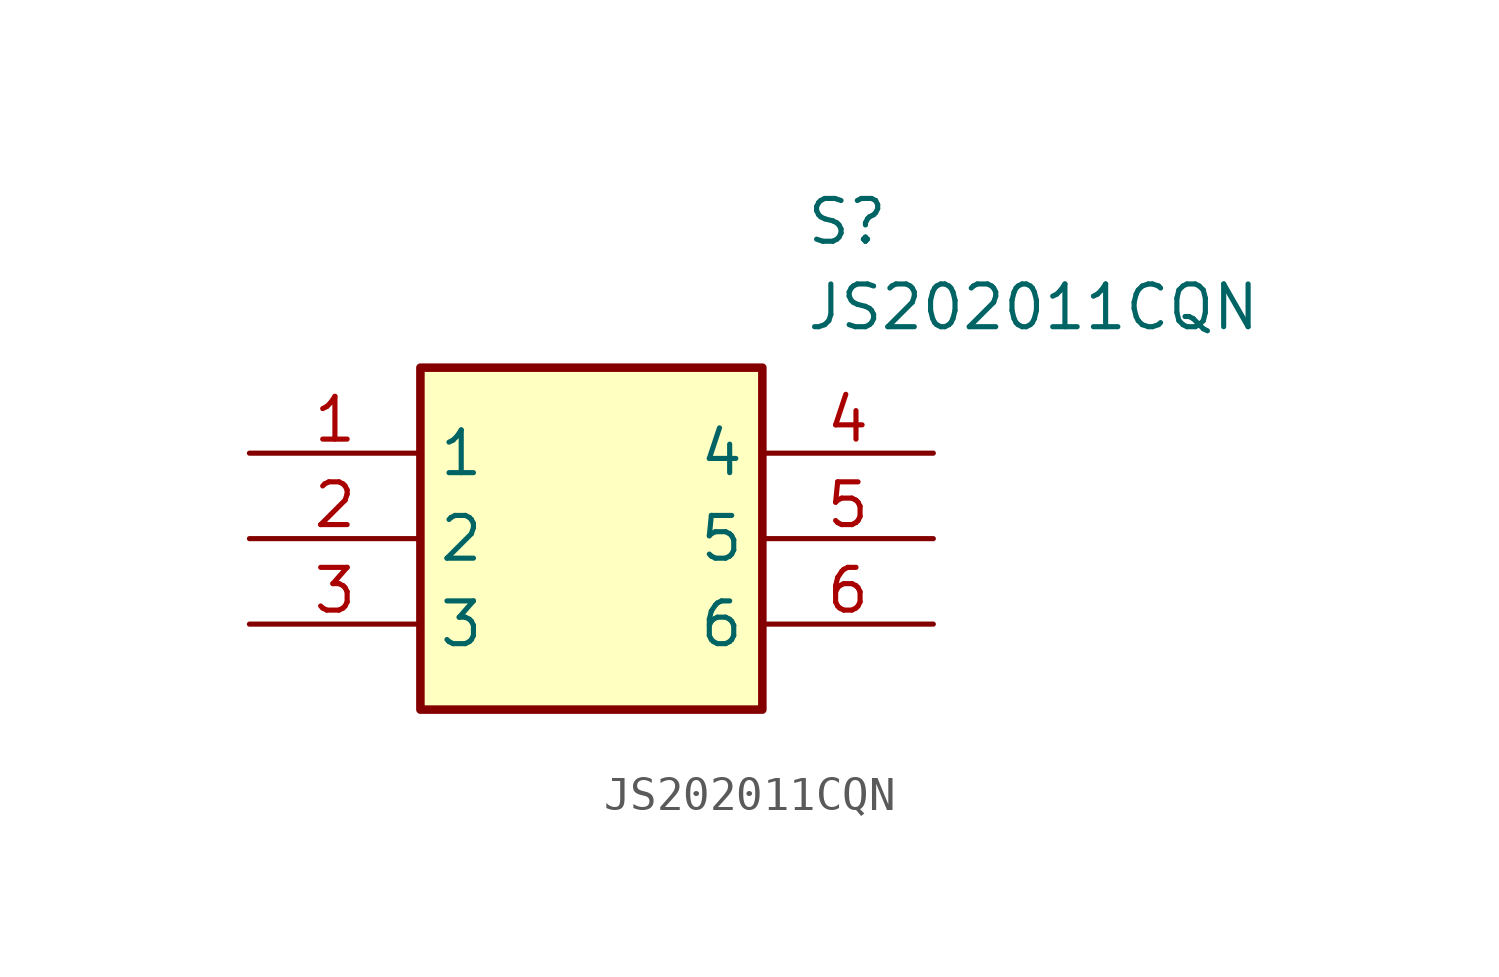
<source format=kicad_sym>
(kicad_symbol_lib
  (version 20211014)
  (generator SamacSys_ECAD_Model)
  (symbol "JS202011CQN"
    (property "Reference" "S"
      (at 16.51 7.62 0)
      (effects (font (size 1.27 1.27)) (justify left top)))
    (property "Value" "JS202011CQN"
      (at 16.51 5.08 0)
      (effects (font (size 1.27 1.27)) (justify left top)))
    (rectangle
      (start 5.08 2.54)
      (end 15.24 -7.62)
      (stroke (width 0.254) (type default))
      (fill (type background)))
    (pin passive line
      (at 0 0 0)
      (length 5.08)
      (name "1" (effects (font (size 1.27 1.27))))
      (number "1" (effects (font (size 1.27 1.27)))))
    (pin passive line
      (at 0 -2.54 0)
      (length 5.08)
      (name "2" (effects (font (size 1.27 1.27))))
      (number "2" (effects (font (size 1.27 1.27)))))
    (pin passive line
      (at 0 -5.08 0)
      (length 5.08)
      (name "3" (effects (font (size 1.27 1.27))))
      (number "3" (effects (font (size 1.27 1.27)))))
    (pin passive line
      (at 20.32 0 180)
      (length 5.08)
      (name "4" (effects (font (size 1.27 1.27))))
      (number "4" (effects (font (size 1.27 1.27)))))
    (pin passive line
      (at 20.32 -2.54 180)
      (length 5.08)
      (name "5" (effects (font (size 1.27 1.27))))
      (number "5" (effects (font (size 1.27 1.27)))))
    (pin passive line
      (at 20.32 -5.08 180)
      (length 5.08)
      (name "6" (effects (font (size 1.27 1.27))))
      (number "6" (effects (font (size 1.27 1.27)))))))
</source>
